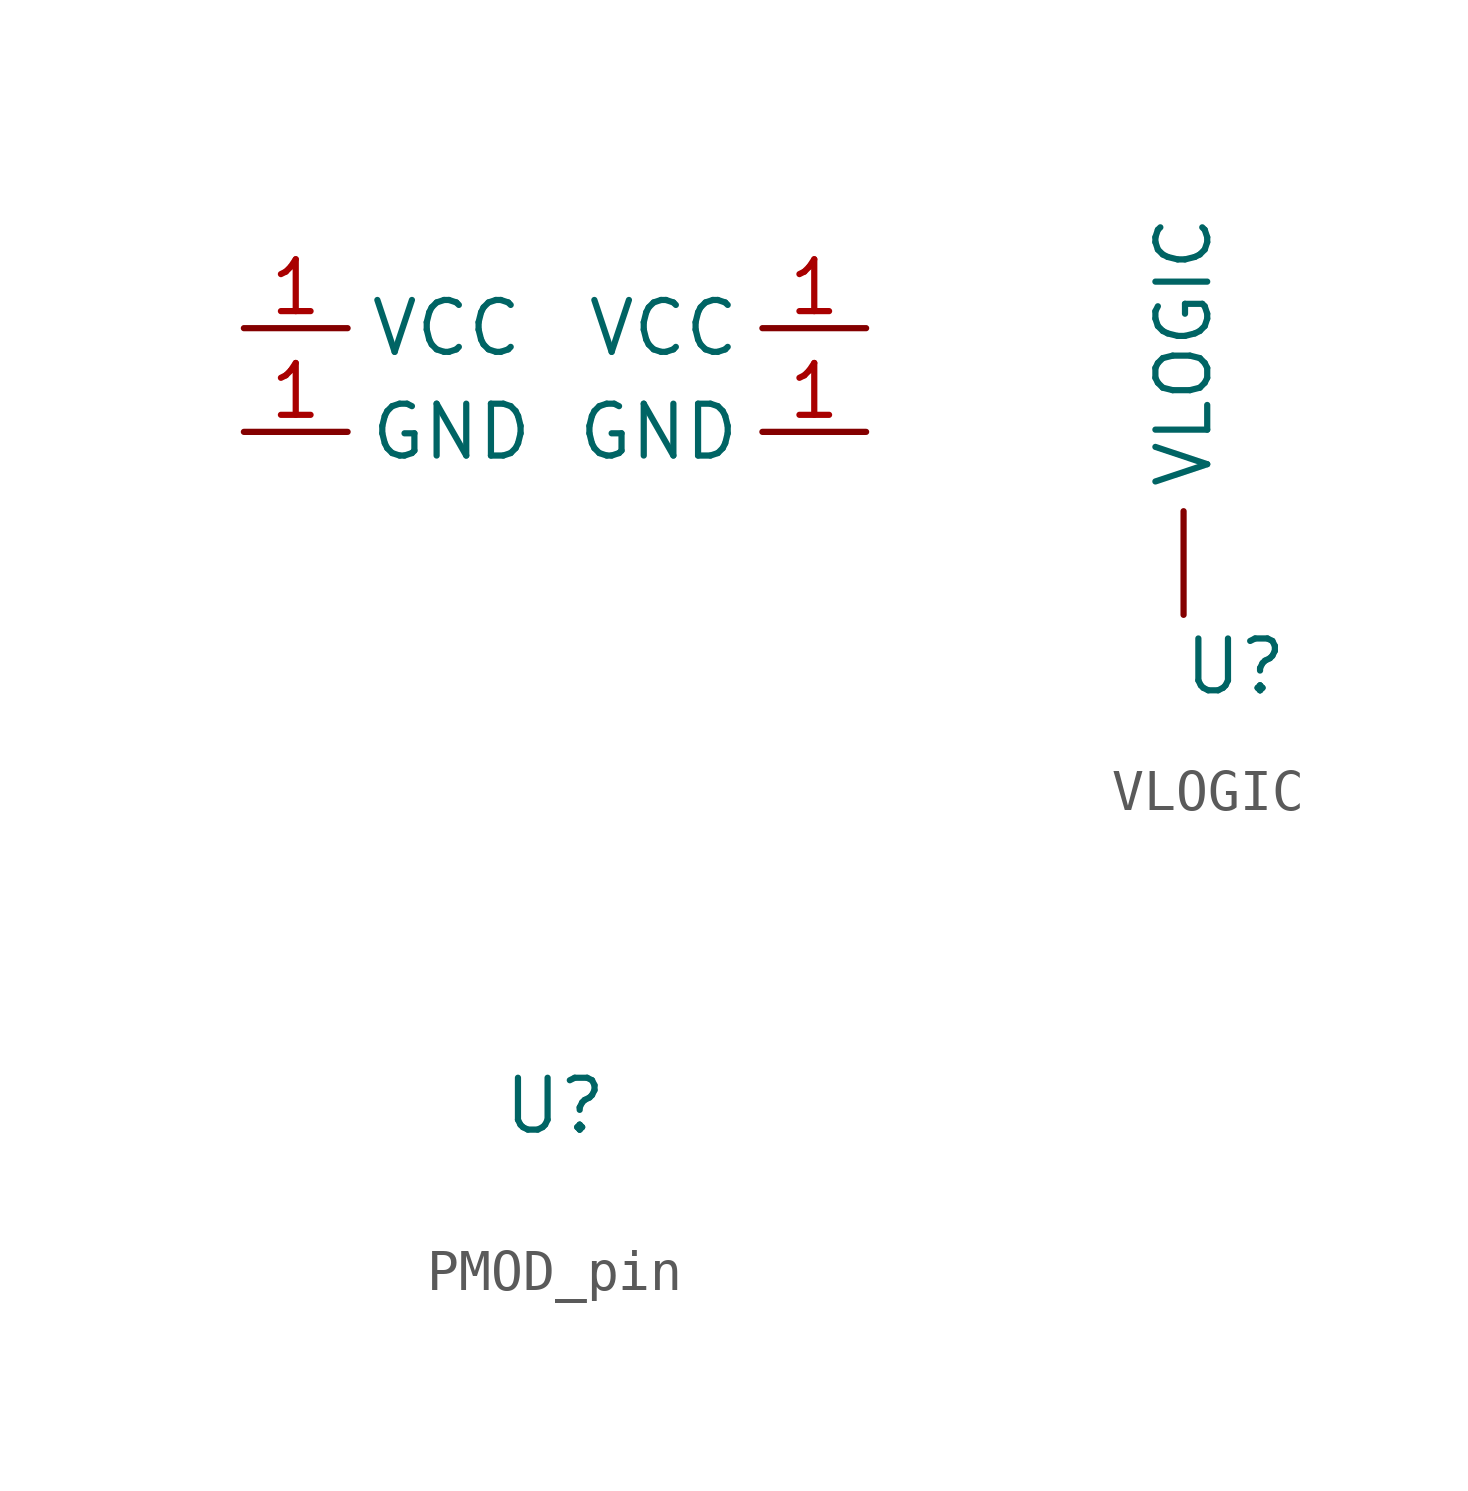
<source format=kicad_sym>
(kicad_symbol_lib
  (version 20220914)
  (generator kicad_symbol_editor)
  (symbol "PMOD_pin"
    (property "Reference" "U"
      (at 0 -7.62 0)
      (effects (font (size 1.27 1.27))))
    (property "Value" ""
      (at 0 0 0)
      (effects (font (size 1.27 1.27))))
    (symbol "PMOD_pin_1_1"
      (pin power_in line (at -7.62 8.89 0) (length 2.54) (name "GND" (effects (font (size 1.27 1.27)))) (number "1" (effects (font (size 1.27 1.27)))))
      (pin power_in line (at 7.62 8.89 180) (length 2.54) (name "GND" (effects (font (size 1.27 1.27)))) (number "1" (effects (font (size 1.27 1.27)))))
      (pin power_in line (at -7.62 11.43 0) (length 2.54) (name "VCC" (effects (font (size 1.27 1.27)))) (number "1" (effects (font (size 1.27 1.27)))))
      (pin power_in line (at 7.62 11.43 180) (length 2.54) (name "VCC" (effects (font (size 1.27 1.27)))) (number "1" (effects (font (size 1.27 1.27)))))))
  (symbol "VLOGIC"
    (power)
    (property "Reference" "U"
      (at 1.27 -1.27 0)
      (effects (font (size 1.27 1.27))))
    (property "Value" ""
      (at 0 0 0)
      (effects (font (size 1.27 1.27))))
    (symbol "VLOGIC_1_1"
      (pin input line (at 0 0 90) (length 2.54) (name "VLOGIC" (effects (font (size 1.27 1.27)))) (number "" (effects (font (size 1.27 1.27))))))))
</source>
